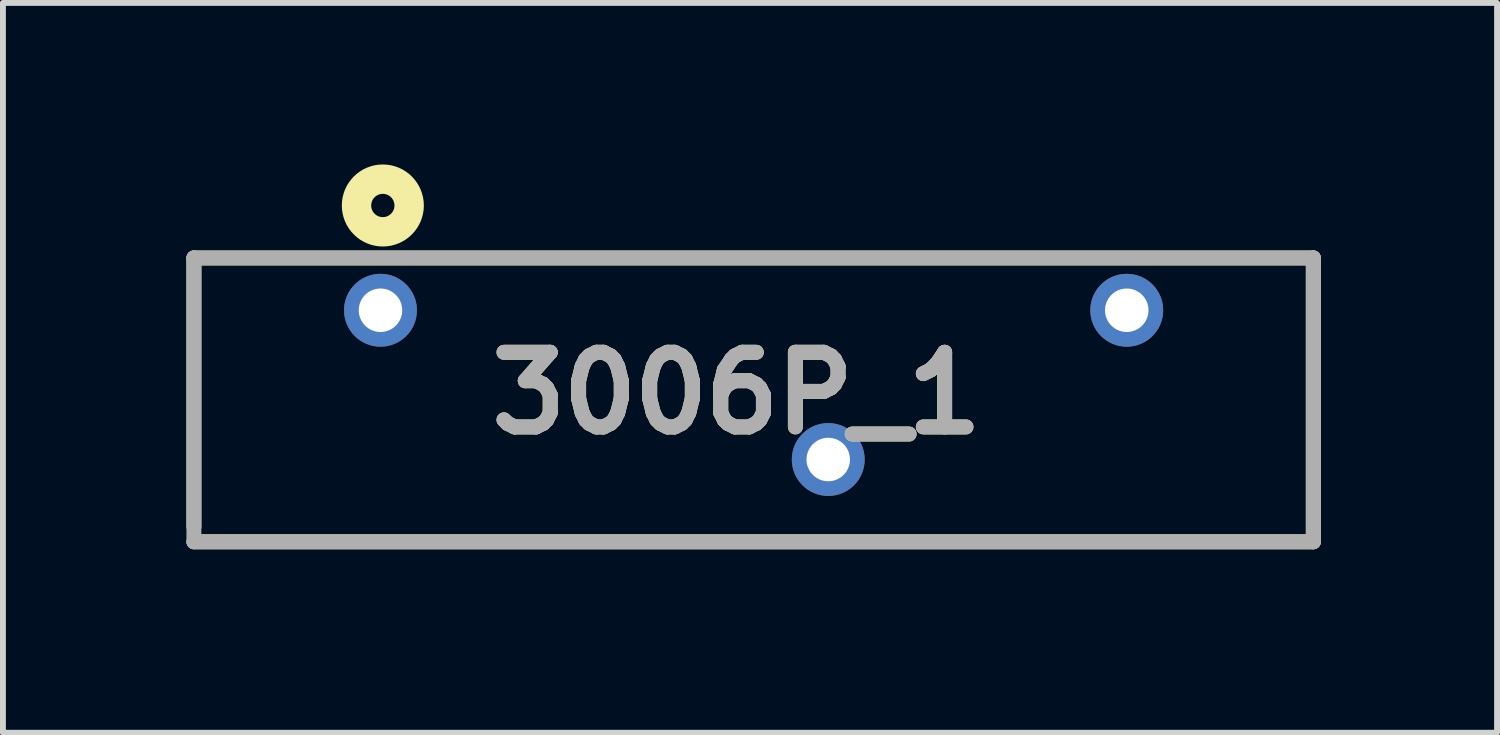
<source format=kicad_pcb>
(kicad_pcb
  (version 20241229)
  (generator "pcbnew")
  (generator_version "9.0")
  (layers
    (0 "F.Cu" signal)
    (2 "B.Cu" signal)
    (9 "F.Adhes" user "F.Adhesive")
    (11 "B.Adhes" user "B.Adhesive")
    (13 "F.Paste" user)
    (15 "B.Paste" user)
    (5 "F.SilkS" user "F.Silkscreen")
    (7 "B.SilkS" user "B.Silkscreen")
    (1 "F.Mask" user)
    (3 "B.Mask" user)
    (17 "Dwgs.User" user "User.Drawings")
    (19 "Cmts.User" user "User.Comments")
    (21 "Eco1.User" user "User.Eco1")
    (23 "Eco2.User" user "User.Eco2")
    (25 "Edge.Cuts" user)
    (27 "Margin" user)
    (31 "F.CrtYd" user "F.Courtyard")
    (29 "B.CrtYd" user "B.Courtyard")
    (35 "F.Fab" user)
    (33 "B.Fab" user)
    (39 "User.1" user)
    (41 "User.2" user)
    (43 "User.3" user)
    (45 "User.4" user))
  (footprint "3006P_1"
    (layer "F.Cu")
    (at 0.25 6.17)
    (property "Reference" "3006P_1" (at 9.238 -2.529 0) (layer "F.SilkS") (effects (font (size 1.27 1.27) (thickness 0.254))))
    (attr through_hole)
    (fp_line (start 0 -4.83) (end 19.05 -4.83) (stroke (width 0.254) (type solid)) (layer "F.SilkS"))
    (fp_line (start 0 -0.255) (end 0 -4.83) (stroke (width 0.254) (type solid)) (layer "F.SilkS"))
    (fp_line (start 19.05 -4.83) (end 19.05 0) (stroke (width 0.254) (type solid)) (layer "F.SilkS"))
    (fp_line (start 19.05 0) (end 0 0) (stroke (width 0.254) (type solid)) (layer "F.SilkS"))
    (fp_circle (center 3.215 -5.723) (end 3.215 -5.525) (stroke (width 0.5) (type solid)) (fill no) (layer "F.SilkS"))
    (fp_line (start 0 -4.83) (end 19.05 -4.83) (stroke (width 0.254) (type solid)) (layer "F.Fab"))
    (fp_line (start 0 0) (end 0 -4.83) (stroke (width 0.254) (type solid)) (layer "F.Fab"))
    (fp_line (start 19.05 -4.83) (end 19.05 0) (stroke (width 0.254) (type solid)) (layer "F.Fab"))
    (fp_line (start 19.05 0) (end 0 0) (stroke (width 0.254) (type solid)) (layer "F.Fab"))
    (fp_text user "${REFERENCE}" (at 9.238 -2.529 0) (layer "F.Fab") (effects (font (size 1.27 1.27) (thickness 0.254))))
    (pad "1" thru_hole circle (at 3.175 -3.94) (size 1.24 1.24) (drill 0.74) (layers "*.Cu" "*.Mask"))
    (pad "2" thru_hole circle (at 10.795 -1.4) (size 1.24 1.24) (drill 0.74) (layers "*.Cu" "*.Mask"))
    (pad "3" thru_hole circle (at 15.875 -3.94) (size 1.24 1.24) (drill 0.74) (layers "*.Cu" "*.Mask")))
  (gr_rect
    (start -3 -3)
    (end 22.427 9.42)
    (stroke (width 0.1) (type default))
    (fill no)
    (layer "Edge.Cuts")))
</source>
